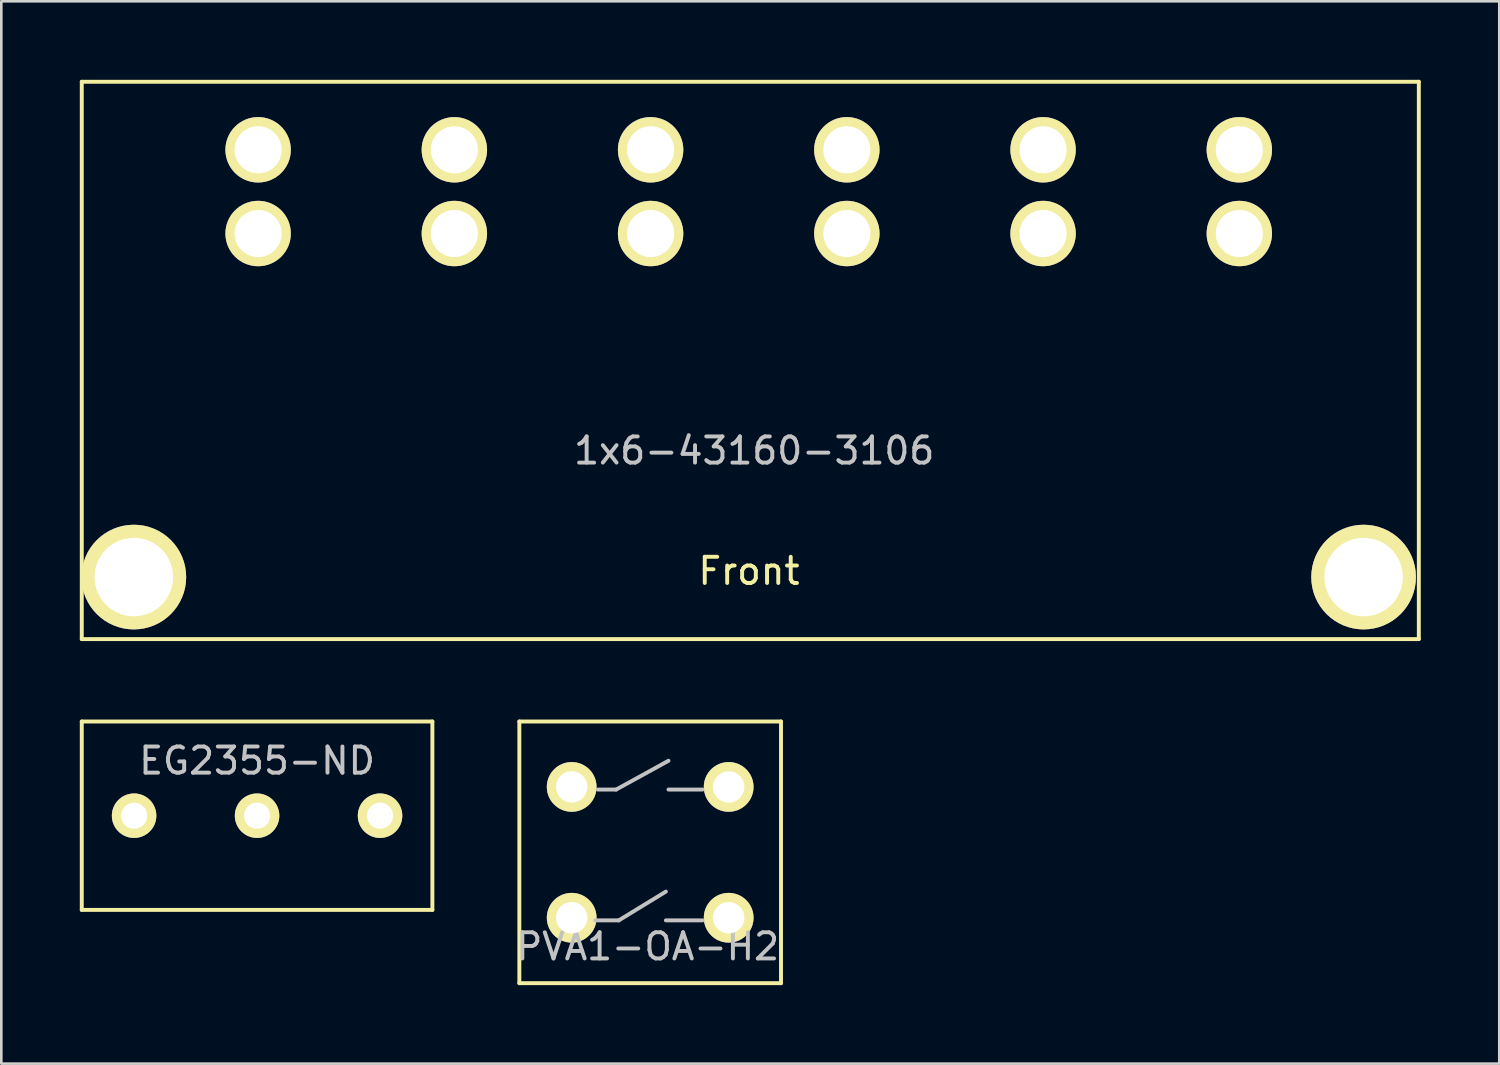
<source format=kicad_pcb>
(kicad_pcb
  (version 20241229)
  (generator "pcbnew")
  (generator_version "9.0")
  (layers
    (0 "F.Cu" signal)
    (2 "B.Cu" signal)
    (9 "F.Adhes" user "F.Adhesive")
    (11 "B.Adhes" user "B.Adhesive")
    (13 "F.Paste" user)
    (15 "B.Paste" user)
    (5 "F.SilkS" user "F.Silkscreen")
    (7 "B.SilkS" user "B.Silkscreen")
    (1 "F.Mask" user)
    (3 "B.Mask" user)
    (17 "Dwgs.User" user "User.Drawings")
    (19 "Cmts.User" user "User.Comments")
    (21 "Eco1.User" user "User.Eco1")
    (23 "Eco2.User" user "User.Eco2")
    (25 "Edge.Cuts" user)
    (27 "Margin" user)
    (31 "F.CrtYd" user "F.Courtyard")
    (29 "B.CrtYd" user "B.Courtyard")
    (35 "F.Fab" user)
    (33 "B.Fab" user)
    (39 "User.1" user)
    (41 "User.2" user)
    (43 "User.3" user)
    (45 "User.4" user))
  (footprint "EG2355-ND"
    (layer "F.Cu")
    (at 6.775 28.125)
    (property "Reference" "EG2355-ND" (at 0 -2.1 0) (layer "Dwgs.User") (effects (font (size 1 1) (thickness 0.15))))
    (attr through_hole)
    (fp_line (start -6.7 -3.6) (end 6.7 -3.6) (stroke (width 0.15) (type solid)) (layer "F.SilkS"))
    (fp_line (start -6.7 3.6) (end -6.7 -3.6) (stroke (width 0.15) (type solid)) (layer "F.SilkS"))
    (fp_line (start 6.7 -3.6) (end 6.7 3.6) (stroke (width 0.15) (type solid)) (layer "F.SilkS"))
    (fp_line (start 6.7 3.6) (end -6.7 3.6) (stroke (width 0.15) (type solid)) (layer "F.SilkS"))
    (pad "1" thru_hole circle (at -4.7 0) (size 1.7 1.7) (drill 1) (layers "*.Cu" "*.Mask" "F.SilkS"))
    (pad "2" thru_hole circle (at 0 0) (size 1.7 1.7) (drill 1) (layers "*.Cu" "*.Mask" "F.SilkS"))
    (pad "3" thru_hole circle (at 4.7 0) (size 1.7 1.7) (drill 1) (layers "*.Cu" "*.Mask" "F.SilkS")))
  (footprint "1x6-43160-3106"
    (layer "F.Cu")
    (at 25.575 5.875)
    (property "Reference" "1x6-43160-3106" (at 0.2 8.3 0) (layer "Dwgs.User") (effects (font (size 1 1) (thickness 0.15))))
    (attr through_hole)
    (fp_line (start -25.5 -5.8) (end 25.6 -5.8) (stroke (width 0.15) (type solid)) (layer "F.SilkS"))
    (fp_line (start -25.5 15.5) (end -25.5 -5.8) (stroke (width 0.15) (type solid)) (layer "F.SilkS"))
    (fp_line (start 25.6 -5.8) (end 25.6 15.5) (stroke (width 0.15) (type solid)) (layer "F.SilkS"))
    (fp_line (start 25.6 15.5) (end -25.5 15.5) (stroke (width 0.15) (type solid)) (layer "F.SilkS"))
    (fp_text user "Front" (at 0 12.9 0) (layer "F.SilkS") (effects (font (size 1 1) (thickness 0.15))))
    (pad "1" thru_hole circle (at -18.76 -3.2) (size 2.5 2.5) (drill 1.8) (layers "*.Cu" "*.Mask" "F.SilkS"))
    (pad "1" thru_hole circle (at -18.76 0) (size 2.5 2.5) (drill 1.8) (layers "*.Cu" "*.Mask" "F.SilkS"))
    (pad "2" thru_hole circle (at -11.26 -3.2) (size 2.5 2.5) (drill 1.8) (layers "*.Cu" "*.Mask" "F.SilkS"))
    (pad "2" thru_hole circle (at -11.26 0) (size 2.5 2.5) (drill 1.8) (layers "*.Cu" "*.Mask" "F.SilkS"))
    (pad "3" thru_hole circle (at -3.76 -3.2) (size 2.5 2.5) (drill 1.8) (layers "*.Cu" "*.Mask" "F.SilkS"))
    (pad "3" thru_hole circle (at -3.76 0) (size 2.5 2.5) (drill 1.8) (layers "*.Cu" "*.Mask" "F.SilkS"))
    (pad "4" thru_hole circle (at 3.74 -3.2) (size 2.5 2.5) (drill 1.8) (layers "*.Cu" "*.Mask" "F.SilkS"))
    (pad "4" thru_hole circle (at 3.74 0) (size 2.5 2.5) (drill 1.8) (layers "*.Cu" "*.Mask" "F.SilkS"))
    (pad "5" thru_hole circle (at 11.24 -3.2) (size 2.5 2.5) (drill 1.8) (layers "*.Cu" "*.Mask" "F.SilkS"))
    (pad "5" thru_hole circle (at 11.24 0) (size 2.5 2.5) (drill 1.8) (layers "*.Cu" "*.Mask" "F.SilkS"))
    (pad "6" thru_hole circle (at 18.74 -3.2) (size 2.5 2.5) (drill 1.8) (layers "*.Cu" "*.Mask" "F.SilkS"))
    (pad "6" thru_hole circle (at 18.74 0) (size 2.5 2.5) (drill 1.8) (layers "*.Cu" "*.Mask" "F.SilkS"))
    (pad "Snap" thru_hole circle (at -23.51 13.13) (size 4 4) (drill 3) (layers "*.Cu" "*.Mask" "F.SilkS"))
    (pad "Snap" thru_hole circle (at 23.49 13.13) (size 4 4) (drill 3) (layers "*.Cu" "*.Mask" "F.SilkS")))
  (footprint "PVA1-OA-H2"
    (layer "F.Cu")
    (at 21.799 29.525)
    (property "Reference" "PVA1-OA-H2" (at -0.1 3.6 0) (layer "Dwgs.User") (effects (font (size 1 1) (thickness 0.15))))
    (attr through_hole)
    (fp_line (start -5 -5) (end 5 -5) (stroke (width 0.15) (type solid)) (layer "F.SilkS"))
    (fp_line (start -5 5) (end -5 -5) (stroke (width 0.15) (type solid)) (layer "F.SilkS"))
    (fp_line (start 5 -5) (end 5 5) (stroke (width 0.15) (type solid)) (layer "F.SilkS"))
    (fp_line (start 5 5) (end -5 5) (stroke (width 0.15) (type solid)) (layer "F.SilkS"))
    (fp_line (start -2.1 2.6) (end -1.2 2.6) (stroke (width 0.15) (type solid)) (layer "Dwgs.User"))
    (fp_line (start -2 -2.4) (end -1.3 -2.4) (stroke (width 0.15) (type solid)) (layer "Dwgs.User"))
    (fp_line (start -1.3 -2.4) (end 0.7 -3.5) (stroke (width 0.15) (type solid)) (layer "Dwgs.User"))
    (fp_line (start -1.2 2.6) (end 0.6 1.5) (stroke (width 0.15) (type solid)) (layer "Dwgs.User"))
    (fp_line (start 0.7 -2.4) (end 2 -2.4) (stroke (width 0.15) (type solid)) (layer "Dwgs.User"))
    (fp_line (start 2 2.6) (end 0.6 2.6) (stroke (width 0.15) (type solid)) (layer "Dwgs.User"))
    (pad "1" thru_hole circle (at -3 -2.5) (size 1.9 1.9) (drill 1.2) (layers "*.Cu" "*.Mask" "F.SilkS"))
    (pad "2" thru_hole circle (at 3 -2.5) (size 1.9 1.9) (drill 1.2) (layers "*.Cu" "*.Mask" "F.SilkS"))
    (pad "3" thru_hole circle (at -3 2.5) (size 1.9 1.9) (drill 1.2) (layers "*.Cu" "*.Mask" "F.SilkS"))
    (pad "4" thru_hole circle (at 3 2.5) (size 1.9 1.9) (drill 1.2) (layers "*.Cu" "*.Mask" "F.SilkS")))
  (gr_rect
    (start -3 -3)
    (end 54.25 37.6)
    (stroke (width 0.1) (type default))
    (fill no)
    (layer "Edge.Cuts")))
</source>
